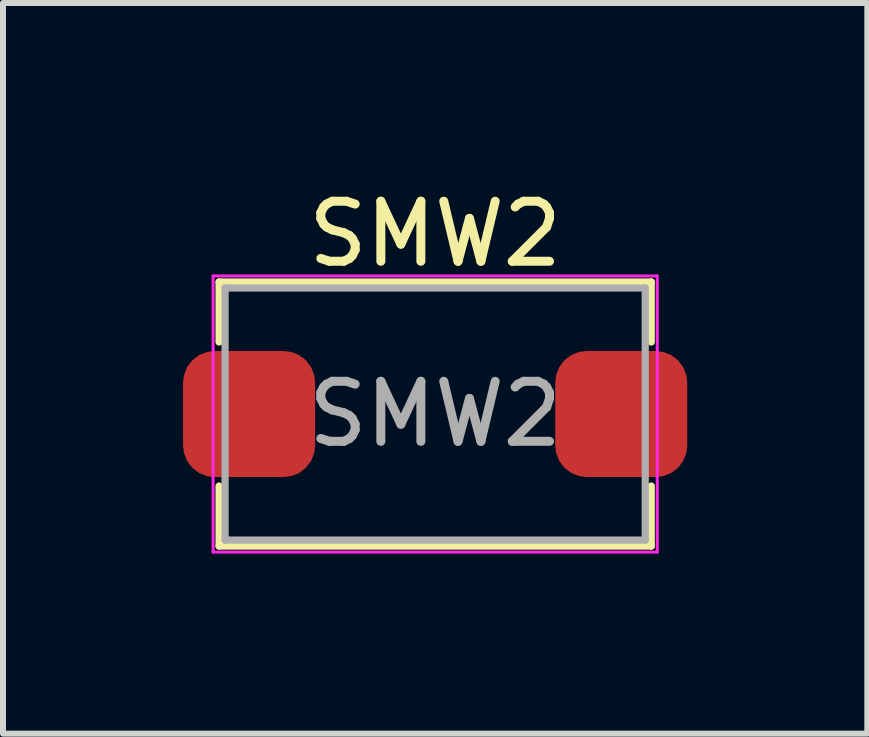
<source format=kicad_pcb>
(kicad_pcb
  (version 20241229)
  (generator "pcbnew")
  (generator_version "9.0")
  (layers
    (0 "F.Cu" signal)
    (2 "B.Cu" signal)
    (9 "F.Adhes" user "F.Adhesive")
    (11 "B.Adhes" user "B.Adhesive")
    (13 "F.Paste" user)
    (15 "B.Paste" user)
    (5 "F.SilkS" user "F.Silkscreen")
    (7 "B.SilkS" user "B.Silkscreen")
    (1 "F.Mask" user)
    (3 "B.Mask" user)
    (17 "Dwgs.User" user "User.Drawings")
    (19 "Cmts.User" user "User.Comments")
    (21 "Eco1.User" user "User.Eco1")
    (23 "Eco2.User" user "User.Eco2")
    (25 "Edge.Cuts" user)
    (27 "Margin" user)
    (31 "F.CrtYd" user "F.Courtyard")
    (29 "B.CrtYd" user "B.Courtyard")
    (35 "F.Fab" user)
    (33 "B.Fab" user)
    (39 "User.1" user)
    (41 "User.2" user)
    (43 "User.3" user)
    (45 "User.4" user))
  (footprint "SMW2"
    (layer "F.Cu")
    (at 4.2 3.848)
    (property "Reference" "SMW2" (at 0 -3 0) (layer "F.SilkS") (effects (font (size 1 1) (thickness 0.15))))
    (attr through_hole)
    (fp_line (start -3.6 -2.2) (end -3.6 -1.2) (stroke (width 0.12) (type solid)) (layer "F.SilkS"))
    (fp_line (start -3.6 1.2) (end -3.6 2.2) (stroke (width 0.12) (type solid)) (layer "F.SilkS"))
    (fp_line (start -3.6 2.2) (end 3.6 2.2) (stroke (width 0.12) (type solid)) (layer "F.SilkS"))
    (fp_line (start 3.6 -2.2) (end -3.6 -2.2) (stroke (width 0.12) (type solid)) (layer "F.SilkS"))
    (fp_line (start 3.6 -1.2) (end 3.6 -2.2) (stroke (width 0.12) (type solid)) (layer "F.SilkS"))
    (fp_line (start 3.6 2.2) (end 3.6 1.2) (stroke (width 0.12) (type solid)) (layer "F.SilkS"))
    (fp_line (start -3.7 -2.3) (end -3.7 2.3) (stroke (width 0.05) (type solid)) (layer "F.CrtYd"))
    (fp_line (start -3.7 2.3) (end 3.7 2.3) (stroke (width 0.05) (type solid)) (layer "F.CrtYd"))
    (fp_line (start 3.7 -2.3) (end -3.7 -2.3) (stroke (width 0.05) (type solid)) (layer "F.CrtYd"))
    (fp_line (start 3.7 2.3) (end 3.7 -2.3) (stroke (width 0.05) (type solid)) (layer "F.CrtYd"))
    (fp_line (start -3.5 -2.1) (end -3.5 2.1) (stroke (width 0.12) (type solid)) (layer "F.Fab"))
    (fp_line (start -3.5 2.1) (end 3.5 2.1) (stroke (width 0.12) (type solid)) (layer "F.Fab"))
    (fp_line (start 3.5 -2.1) (end -3.5 -2.1) (stroke (width 0.12) (type solid)) (layer "F.Fab"))
    (fp_line (start 3.5 2.1) (end 3.5 -2.1) (stroke (width 0.12) (type solid)) (layer "F.Fab"))
    (fp_text user "${REFERENCE}" (at 0 0 0) (layer "F.Fab") (effects (font (size 1 1) (thickness 0.15))))
    (pad "1" smd roundrect (at -3.1 0) (size 2.2 2.1) (layers "F.Cu" "F.Mask" "F.Paste") (roundrect_rratio 0.25))
    (pad "2" smd roundrect (at 3.1 0) (size 2.2 2.1) (layers "F.Cu" "F.Mask" "F.Paste") (roundrect_rratio 0.25)))
  (gr_rect
    (start -3 -3)
    (end 11.4 9.173)
    (stroke (width 0.1) (type default))
    (fill no)
    (layer "Edge.Cuts")))
</source>
